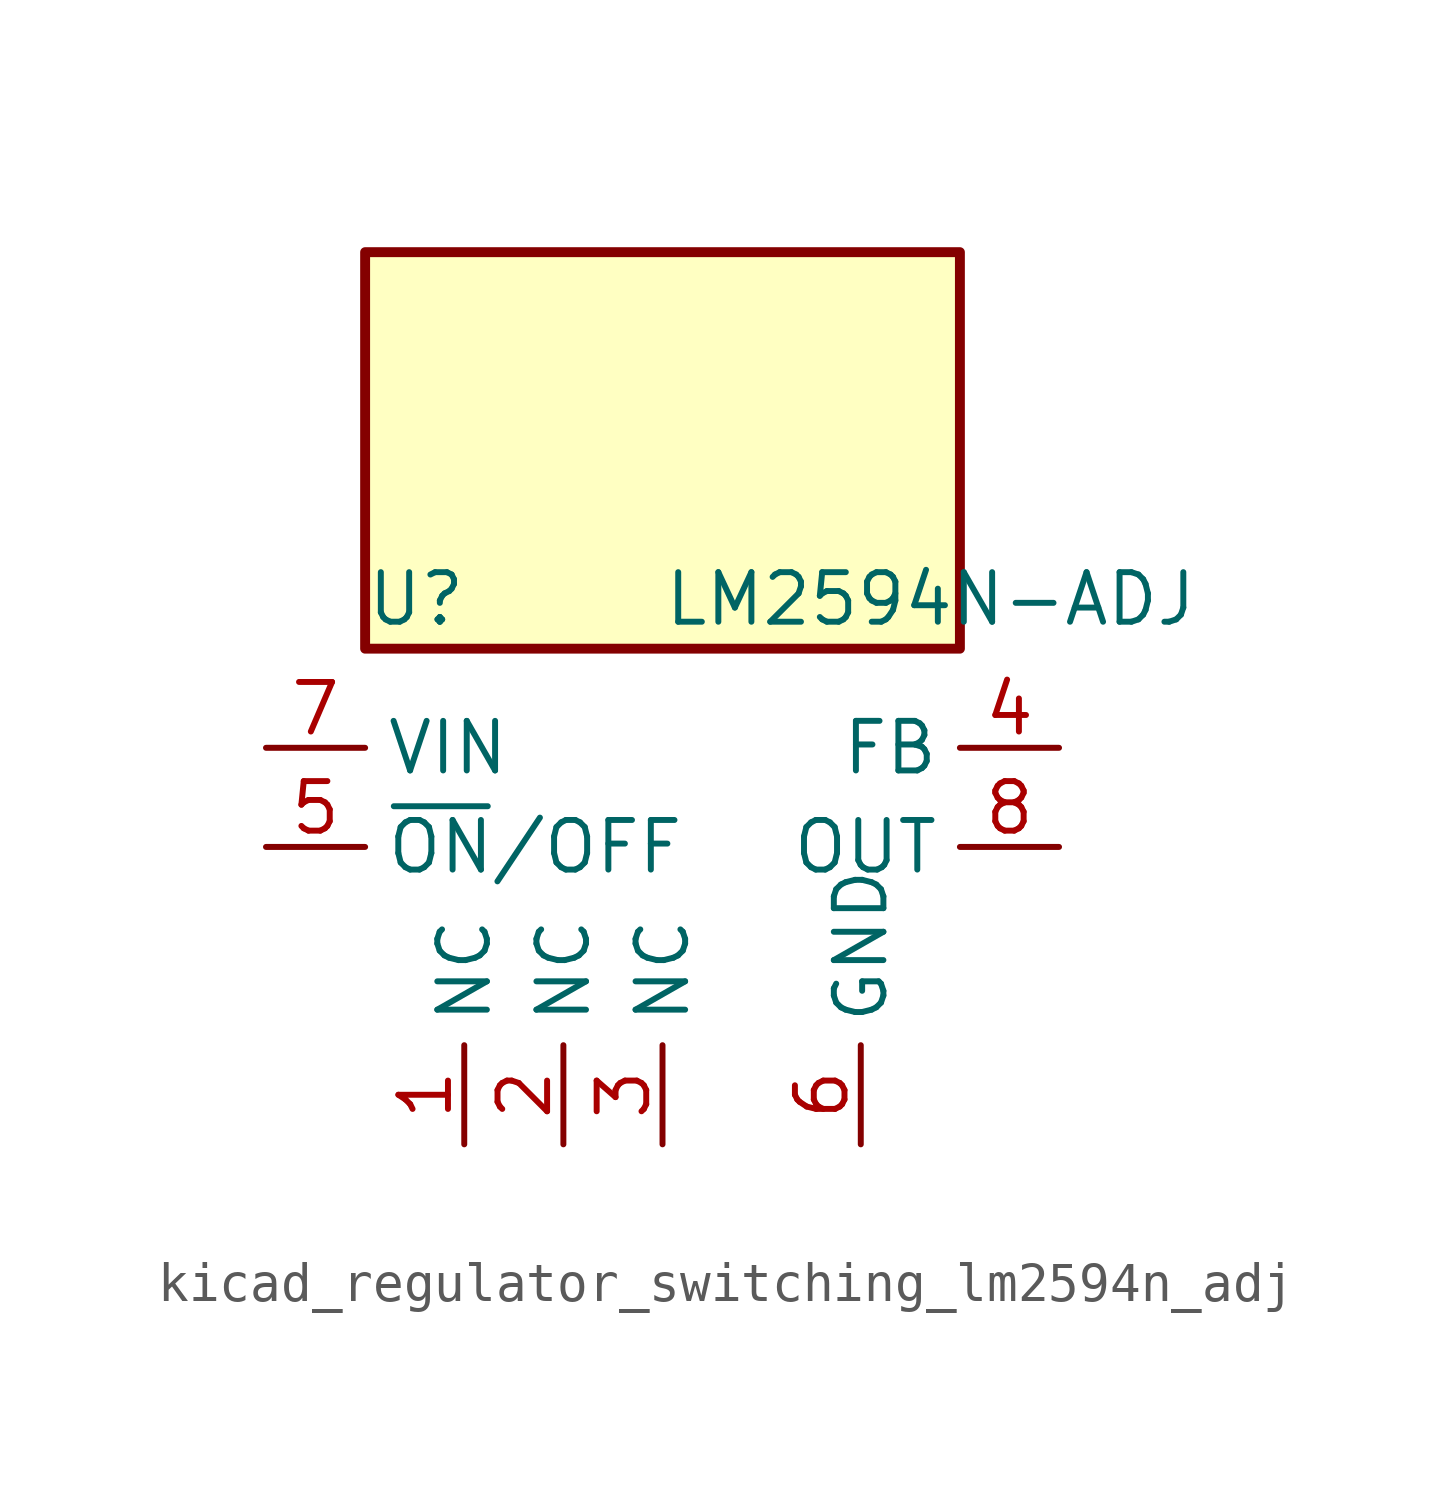
<source format=kicad_sym>
(kicad_symbol_lib
  (version 20220914)
  (generator kicad_symbol_editor)
  (symbol "kicad_regulator_switching_lm2594n_adj"
    (property "Reference" "U"
      (at -7.62 6.35 0)
      (effects (font (size 1.27 1.27)) (justify left)))
    (property "Value" "LM2594N-ADJ"
      (at 0 6.35 0)
      (effects (font (size 1.27 1.27)) (justify left)))
    (symbol "kicad_regulator_switching_lm2594n_adj_0_1"
      (rectangle (start 7.62 15.24) (end -7.62 5.08) (stroke (width 0.254) (type default)) (fill (type background))))
    (symbol "kicad_regulator_switching_lm2594n_adj_1_1"
      (pin passive line (at -5.08 -7.62 90) (length 2.54) (name "NC" (effects (font (size 1.27 1.27)))) (number "1" (effects (font (size 1.27 1.27)))))
      (pin passive line (at -2.54 -7.62 90) (length 2.54) (name "NC" (effects (font (size 1.27 1.27)))) (number "2" (effects (font (size 1.27 1.27)))))
      (pin passive line (at 0 -7.62 90) (length 2.54) (name "NC" (effects (font (size 1.27 1.27)))) (number "3" (effects (font (size 1.27 1.27)))))
      (pin input line (at 10.16 2.54 180) (length 2.54) (name "FB" (effects (font (size 1.27 1.27)))) (number "4" (effects (font (size 1.27 1.27)))))
      (pin input line (at -10.16 0 0) (length 2.54) (name "~{ON}/OFF" (effects (font (size 1.27 1.27)))) (number "5" (effects (font (size 1.27 1.27)))))
      (pin power_in line (at 5.08 -7.62 90) (length 2.54) (name "GND" (effects (font (size 1.27 1.27)))) (number "6" (effects (font (size 1.27 1.27)))))
      (pin power_in line (at -10.16 2.54 0) (length 2.54) (name "VIN" (effects (font (size 1.27 1.27)))) (number "7" (effects (font (size 1.27 1.27)))))
      (pin output line (at 10.16 0 180) (length 2.54) (name "OUT" (effects (font (size 1.27 1.27)))) (number "8" (effects (font (size 1.27 1.27))))))))
</source>
